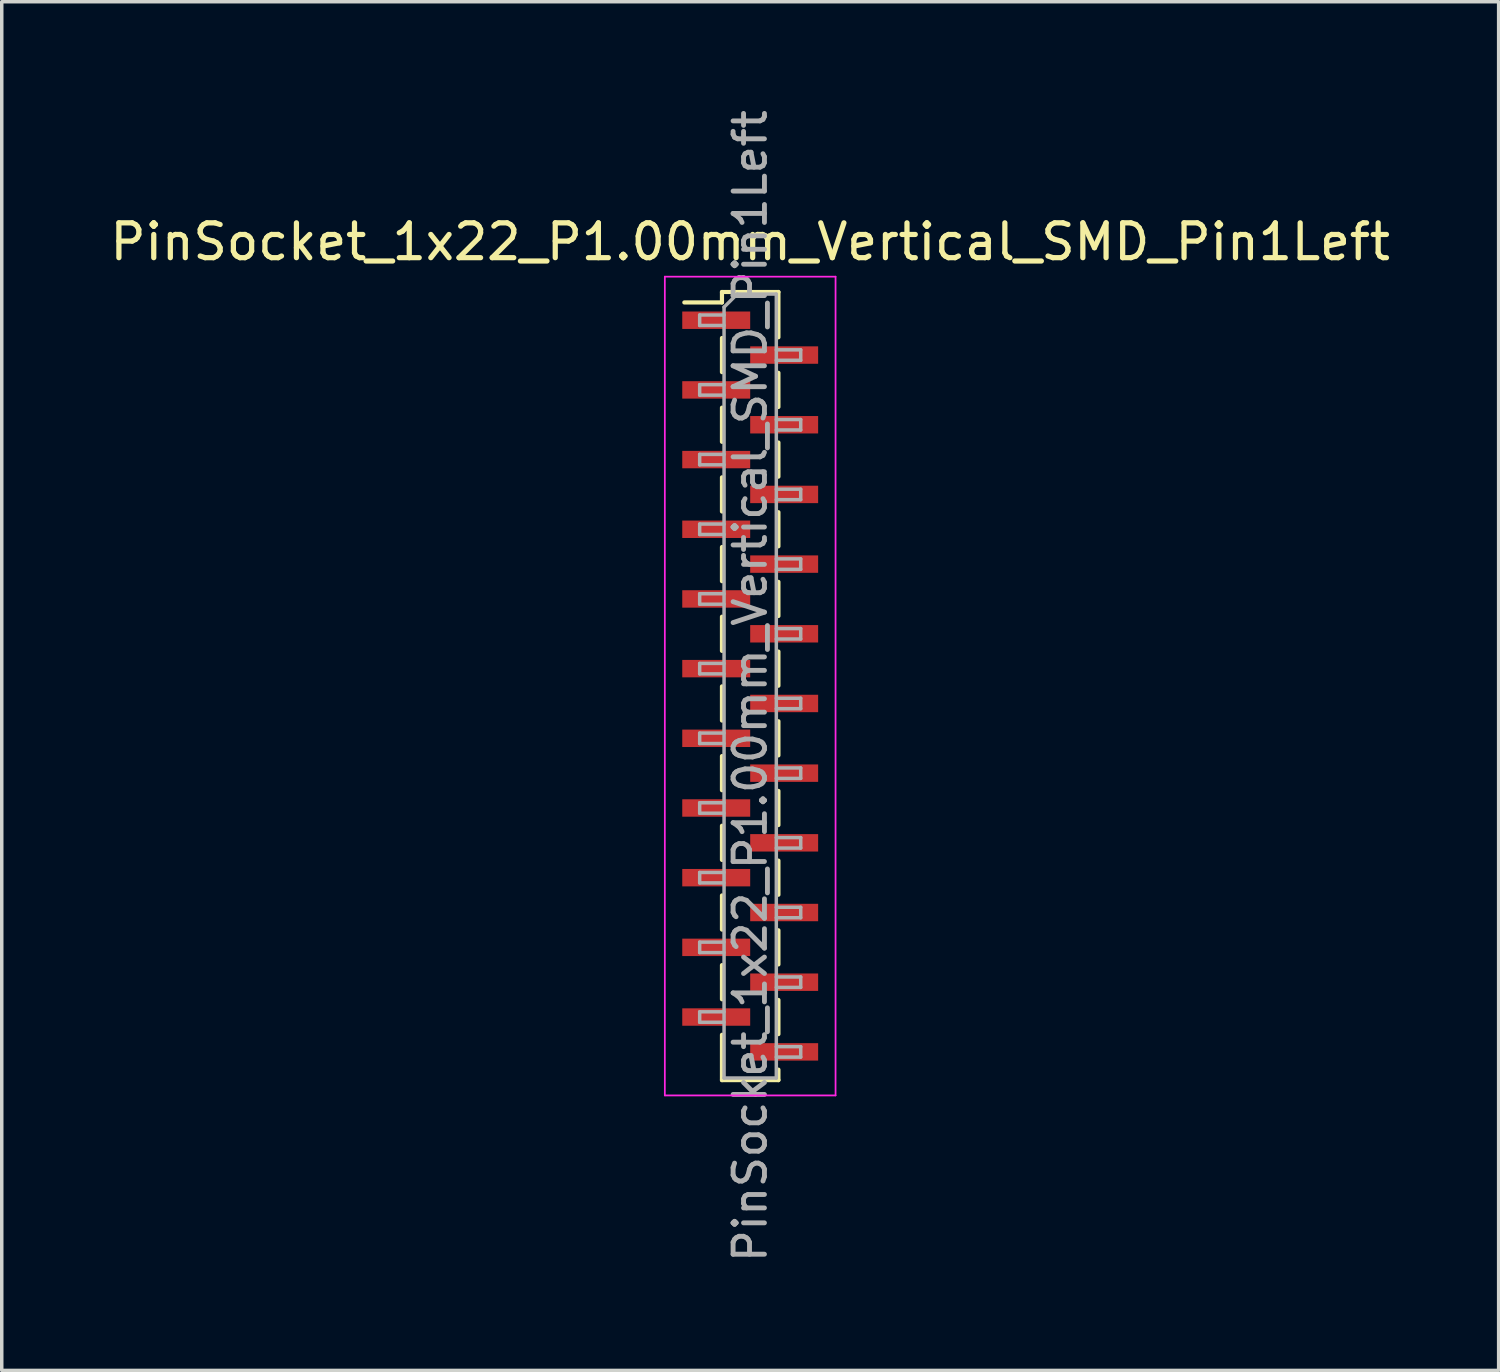
<source format=kicad_pcb>
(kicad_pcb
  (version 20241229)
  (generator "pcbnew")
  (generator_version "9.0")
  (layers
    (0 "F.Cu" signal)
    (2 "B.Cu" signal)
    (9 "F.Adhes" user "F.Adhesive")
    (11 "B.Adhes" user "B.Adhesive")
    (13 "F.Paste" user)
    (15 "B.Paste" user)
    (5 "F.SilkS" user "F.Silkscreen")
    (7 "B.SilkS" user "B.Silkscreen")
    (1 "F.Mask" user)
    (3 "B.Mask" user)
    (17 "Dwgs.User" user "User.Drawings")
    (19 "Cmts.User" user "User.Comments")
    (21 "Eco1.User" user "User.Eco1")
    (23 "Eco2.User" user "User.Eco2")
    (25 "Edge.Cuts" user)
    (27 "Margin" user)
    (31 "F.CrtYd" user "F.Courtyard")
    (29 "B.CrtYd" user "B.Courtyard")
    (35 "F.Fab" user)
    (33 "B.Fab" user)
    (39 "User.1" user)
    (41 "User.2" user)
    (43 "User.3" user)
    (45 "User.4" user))
  (footprint "PinSocket_1x22_P1.00mm_Vertical_SMD_Pin1Left"
    (layer "F.Cu")
    (at 18.482 16.641)
    (property "Reference" "PinSocket_1x22_P1.00mm_Vertical_SMD_Pin1Left" (at 0 -12.75 0) (layer "F.SilkS") (effects (font (size 1 1) (thickness 0.15))))
    (attr smd)
    (fp_line (start -1.89 -11.01) (end -0.81 -11.01) (stroke (width 0.12) (type solid)) (layer "F.SilkS"))
    (fp_line (start -0.81 -11.31) (end -0.81 -11.01) (stroke (width 0.12) (type solid)) (layer "F.SilkS"))
    (fp_line (start -0.81 -11.31) (end 0.81 -11.31) (stroke (width 0.12) (type solid)) (layer "F.SilkS"))
    (fp_line (start -0.81 -9.99) (end -0.81 -9.01) (stroke (width 0.12) (type solid)) (layer "F.SilkS"))
    (fp_line (start -0.81 -7.99) (end -0.81 -7.01) (stroke (width 0.12) (type solid)) (layer "F.SilkS"))
    (fp_line (start -0.81 -5.99) (end -0.81 -5.01) (stroke (width 0.12) (type solid)) (layer "F.SilkS"))
    (fp_line (start -0.81 -3.99) (end -0.81 -3.01) (stroke (width 0.12) (type solid)) (layer "F.SilkS"))
    (fp_line (start -0.81 -1.99) (end -0.81 -1.01) (stroke (width 0.12) (type solid)) (layer "F.SilkS"))
    (fp_line (start -0.81 0.01) (end -0.81 0.99) (stroke (width 0.12) (type solid)) (layer "F.SilkS"))
    (fp_line (start -0.81 2.01) (end -0.81 2.99) (stroke (width 0.12) (type solid)) (layer "F.SilkS"))
    (fp_line (start -0.81 4.01) (end -0.81 4.99) (stroke (width 0.12) (type solid)) (layer "F.SilkS"))
    (fp_line (start -0.81 6.01) (end -0.81 6.99) (stroke (width 0.12) (type solid)) (layer "F.SilkS"))
    (fp_line (start -0.81 8.01) (end -0.81 8.99) (stroke (width 0.12) (type solid)) (layer "F.SilkS"))
    (fp_line (start -0.81 10.01) (end -0.81 11.31) (stroke (width 0.12) (type solid)) (layer "F.SilkS"))
    (fp_line (start -0.81 11.31) (end 0.81 11.31) (stroke (width 0.12) (type solid)) (layer "F.SilkS"))
    (fp_line (start 0.81 -11.31) (end 0.81 -10.01) (stroke (width 0.12) (type solid)) (layer "F.SilkS"))
    (fp_line (start 0.81 -8.99) (end 0.81 -8.01) (stroke (width 0.12) (type solid)) (layer "F.SilkS"))
    (fp_line (start 0.81 -6.99) (end 0.81 -6.01) (stroke (width 0.12) (type solid)) (layer "F.SilkS"))
    (fp_line (start 0.81 -4.99) (end 0.81 -4.01) (stroke (width 0.12) (type solid)) (layer "F.SilkS"))
    (fp_line (start 0.81 -2.99) (end 0.81 -2.01) (stroke (width 0.12) (type solid)) (layer "F.SilkS"))
    (fp_line (start 0.81 -0.99) (end 0.81 -0.01) (stroke (width 0.12) (type solid)) (layer "F.SilkS"))
    (fp_line (start 0.81 1.01) (end 0.81 1.99) (stroke (width 0.12) (type solid)) (layer "F.SilkS"))
    (fp_line (start 0.81 3.01) (end 0.81 3.99) (stroke (width 0.12) (type solid)) (layer "F.SilkS"))
    (fp_line (start 0.81 5.01) (end 0.81 5.99) (stroke (width 0.12) (type solid)) (layer "F.SilkS"))
    (fp_line (start 0.81 7.01) (end 0.81 7.99) (stroke (width 0.12) (type solid)) (layer "F.SilkS"))
    (fp_line (start 0.81 9.01) (end 0.81 9.99) (stroke (width 0.12) (type solid)) (layer "F.SilkS"))
    (fp_line (start 0.81 11.01) (end 0.81 11.31) (stroke (width 0.12) (type solid)) (layer "F.SilkS"))
    (fp_line (start -2.45 -11.75) (end 2.45 -11.75) (stroke (width 0.05) (type solid)) (layer "F.CrtYd"))
    (fp_line (start -2.45 11.75) (end -2.45 -11.75) (stroke (width 0.05) (type solid)) (layer "F.CrtYd"))
    (fp_line (start 2.45 -11.75) (end 2.45 11.75) (stroke (width 0.05) (type solid)) (layer "F.CrtYd"))
    (fp_line (start 2.45 11.75) (end -2.45 11.75) (stroke (width 0.05) (type solid)) (layer "F.CrtYd"))
    (fp_line (start -1.45 -10.65) (end -0.75 -10.65) (stroke (width 0.1) (type solid)) (layer "F.Fab"))
    (fp_line (start -1.45 -10.35) (end -1.45 -10.65) (stroke (width 0.1) (type solid)) (layer "F.Fab"))
    (fp_line (start -1.45 -8.65) (end -0.75 -8.65) (stroke (width 0.1) (type solid)) (layer "F.Fab"))
    (fp_line (start -1.45 -8.35) (end -1.45 -8.65) (stroke (width 0.1) (type solid)) (layer "F.Fab"))
    (fp_line (start -1.45 -6.65) (end -0.75 -6.65) (stroke (width 0.1) (type solid)) (layer "F.Fab"))
    (fp_line (start -1.45 -6.35) (end -1.45 -6.65) (stroke (width 0.1) (type solid)) (layer "F.Fab"))
    (fp_line (start -1.45 -4.65) (end -0.75 -4.65) (stroke (width 0.1) (type solid)) (layer "F.Fab"))
    (fp_line (start -1.45 -4.35) (end -1.45 -4.65) (stroke (width 0.1) (type solid)) (layer "F.Fab"))
    (fp_line (start -1.45 -2.65) (end -0.75 -2.65) (stroke (width 0.1) (type solid)) (layer "F.Fab"))
    (fp_line (start -1.45 -2.35) (end -1.45 -2.65) (stroke (width 0.1) (type solid)) (layer "F.Fab"))
    (fp_line (start -1.45 -0.65) (end -0.75 -0.65) (stroke (width 0.1) (type solid)) (layer "F.Fab"))
    (fp_line (start -1.45 -0.35) (end -1.45 -0.65) (stroke (width 0.1) (type solid)) (layer "F.Fab"))
    (fp_line (start -1.45 1.35) (end -0.75 1.35) (stroke (width 0.1) (type solid)) (layer "F.Fab"))
    (fp_line (start -1.45 1.65) (end -1.45 1.35) (stroke (width 0.1) (type solid)) (layer "F.Fab"))
    (fp_line (start -1.45 3.35) (end -0.75 3.35) (stroke (width 0.1) (type solid)) (layer "F.Fab"))
    (fp_line (start -1.45 3.65) (end -1.45 3.35) (stroke (width 0.1) (type solid)) (layer "F.Fab"))
    (fp_line (start -1.45 5.35) (end -0.75 5.35) (stroke (width 0.1) (type solid)) (layer "F.Fab"))
    (fp_line (start -1.45 5.65) (end -1.45 5.35) (stroke (width 0.1) (type solid)) (layer "F.Fab"))
    (fp_line (start -1.45 7.35) (end -0.75 7.35) (stroke (width 0.1) (type solid)) (layer "F.Fab"))
    (fp_line (start -1.45 7.65) (end -1.45 7.35) (stroke (width 0.1) (type solid)) (layer "F.Fab"))
    (fp_line (start -1.45 9.35) (end -0.75 9.35) (stroke (width 0.1) (type solid)) (layer "F.Fab"))
    (fp_line (start -1.45 9.65) (end -1.45 9.35) (stroke (width 0.1) (type solid)) (layer "F.Fab"))
    (fp_line (start -0.75 -10.875) (end -0.375 -11.25) (stroke (width 0.1) (type solid)) (layer "F.Fab"))
    (fp_line (start -0.75 -10.35) (end -1.45 -10.35) (stroke (width 0.1) (type solid)) (layer "F.Fab"))
    (fp_line (start -0.75 -8.35) (end -1.45 -8.35) (stroke (width 0.1) (type solid)) (layer "F.Fab"))
    (fp_line (start -0.75 -6.35) (end -1.45 -6.35) (stroke (width 0.1) (type solid)) (layer "F.Fab"))
    (fp_line (start -0.75 -4.35) (end -1.45 -4.35) (stroke (width 0.1) (type solid)) (layer "F.Fab"))
    (fp_line (start -0.75 -2.35) (end -1.45 -2.35) (stroke (width 0.1) (type solid)) (layer "F.Fab"))
    (fp_line (start -0.75 -0.35) (end -1.45 -0.35) (stroke (width 0.1) (type solid)) (layer "F.Fab"))
    (fp_line (start -0.75 1.65) (end -1.45 1.65) (stroke (width 0.1) (type solid)) (layer "F.Fab"))
    (fp_line (start -0.75 3.65) (end -1.45 3.65) (stroke (width 0.1) (type solid)) (layer "F.Fab"))
    (fp_line (start -0.75 5.65) (end -1.45 5.65) (stroke (width 0.1) (type solid)) (layer "F.Fab"))
    (fp_line (start -0.75 7.65) (end -1.45 7.65) (stroke (width 0.1) (type solid)) (layer "F.Fab"))
    (fp_line (start -0.75 9.65) (end -1.45 9.65) (stroke (width 0.1) (type solid)) (layer "F.Fab"))
    (fp_line (start -0.75 11.25) (end -0.75 -10.875) (stroke (width 0.1) (type solid)) (layer "F.Fab"))
    (fp_line (start -0.375 -11.25) (end 0.75 -11.25) (stroke (width 0.1) (type solid)) (layer "F.Fab"))
    (fp_line (start 0.75 -11.25) (end 0.75 11.25) (stroke (width 0.1) (type solid)) (layer "F.Fab"))
    (fp_line (start 0.75 -9.65) (end 1.45 -9.65) (stroke (width 0.1) (type solid)) (layer "F.Fab"))
    (fp_line (start 0.75 -7.65) (end 1.45 -7.65) (stroke (width 0.1) (type solid)) (layer "F.Fab"))
    (fp_line (start 0.75 -5.65) (end 1.45 -5.65) (stroke (width 0.1) (type solid)) (layer "F.Fab"))
    (fp_line (start 0.75 -3.65) (end 1.45 -3.65) (stroke (width 0.1) (type solid)) (layer "F.Fab"))
    (fp_line (start 0.75 -1.65) (end 1.45 -1.65) (stroke (width 0.1) (type solid)) (layer "F.Fab"))
    (fp_line (start 0.75 0.35) (end 1.45 0.35) (stroke (width 0.1) (type solid)) (layer "F.Fab"))
    (fp_line (start 0.75 2.35) (end 1.45 2.35) (stroke (width 0.1) (type solid)) (layer "F.Fab"))
    (fp_line (start 0.75 4.35) (end 1.45 4.35) (stroke (width 0.1) (type solid)) (layer "F.Fab"))
    (fp_line (start 0.75 6.35) (end 1.45 6.35) (stroke (width 0.1) (type solid)) (layer "F.Fab"))
    (fp_line (start 0.75 8.35) (end 1.45 8.35) (stroke (width 0.1) (type solid)) (layer "F.Fab"))
    (fp_line (start 0.75 10.35) (end 1.45 10.35) (stroke (width 0.1) (type solid)) (layer "F.Fab"))
    (fp_line (start 0.75 11.25) (end -0.75 11.25) (stroke (width 0.1) (type solid)) (layer "F.Fab"))
    (fp_line (start 1.45 -9.65) (end 1.45 -9.35) (stroke (width 0.1) (type solid)) (layer "F.Fab"))
    (fp_line (start 1.45 -9.35) (end 0.75 -9.35) (stroke (width 0.1) (type solid)) (layer "F.Fab"))
    (fp_line (start 1.45 -7.65) (end 1.45 -7.35) (stroke (width 0.1) (type solid)) (layer "F.Fab"))
    (fp_line (start 1.45 -7.35) (end 0.75 -7.35) (stroke (width 0.1) (type solid)) (layer "F.Fab"))
    (fp_line (start 1.45 -5.65) (end 1.45 -5.35) (stroke (width 0.1) (type solid)) (layer "F.Fab"))
    (fp_line (start 1.45 -5.35) (end 0.75 -5.35) (stroke (width 0.1) (type solid)) (layer "F.Fab"))
    (fp_line (start 1.45 -3.65) (end 1.45 -3.35) (stroke (width 0.1) (type solid)) (layer "F.Fab"))
    (fp_line (start 1.45 -3.35) (end 0.75 -3.35) (stroke (width 0.1) (type solid)) (layer "F.Fab"))
    (fp_line (start 1.45 -1.65) (end 1.45 -1.35) (stroke (width 0.1) (type solid)) (layer "F.Fab"))
    (fp_line (start 1.45 -1.35) (end 0.75 -1.35) (stroke (width 0.1) (type solid)) (layer "F.Fab"))
    (fp_line (start 1.45 0.35) (end 1.45 0.65) (stroke (width 0.1) (type solid)) (layer "F.Fab"))
    (fp_line (start 1.45 0.65) (end 0.75 0.65) (stroke (width 0.1) (type solid)) (layer "F.Fab"))
    (fp_line (start 1.45 2.35) (end 1.45 2.65) (stroke (width 0.1) (type solid)) (layer "F.Fab"))
    (fp_line (start 1.45 2.65) (end 0.75 2.65) (stroke (width 0.1) (type solid)) (layer "F.Fab"))
    (fp_line (start 1.45 4.35) (end 1.45 4.65) (stroke (width 0.1) (type solid)) (layer "F.Fab"))
    (fp_line (start 1.45 4.65) (end 0.75 4.65) (stroke (width 0.1) (type solid)) (layer "F.Fab"))
    (fp_line (start 1.45 6.35) (end 1.45 6.65) (stroke (width 0.1) (type solid)) (layer "F.Fab"))
    (fp_line (start 1.45 6.65) (end 0.75 6.65) (stroke (width 0.1) (type solid)) (layer "F.Fab"))
    (fp_line (start 1.45 8.35) (end 1.45 8.65) (stroke (width 0.1) (type solid)) (layer "F.Fab"))
    (fp_line (start 1.45 8.65) (end 0.75 8.65) (stroke (width 0.1) (type solid)) (layer "F.Fab"))
    (fp_line (start 1.45 10.35) (end 1.45 10.65) (stroke (width 0.1) (type solid)) (layer "F.Fab"))
    (fp_line (start 1.45 10.65) (end 0.75 10.65) (stroke (width 0.1) (type solid)) (layer "F.Fab"))
    (fp_text user "${REFERENCE}" (at 0 0 90) (layer "F.Fab") (effects (font (size 0.9 0.9) (thickness 0.14))))
    (pad "1" smd rect (at -0.975 -10.5) (size 1.95 0.5) (layers "F.Cu" "F.Mask" "F.Paste"))
    (pad "2" smd rect (at 0.975 -9.5) (size 1.95 0.5) (layers "F.Cu" "F.Mask" "F.Paste"))
    (pad "3" smd rect (at -0.975 -8.5) (size 1.95 0.5) (layers "F.Cu" "F.Mask" "F.Paste"))
    (pad "4" smd rect (at 0.975 -7.5) (size 1.95 0.5) (layers "F.Cu" "F.Mask" "F.Paste"))
    (pad "5" smd rect (at -0.975 -6.5) (size 1.95 0.5) (layers "F.Cu" "F.Mask" "F.Paste"))
    (pad "6" smd rect (at 0.975 -5.5) (size 1.95 0.5) (layers "F.Cu" "F.Mask" "F.Paste"))
    (pad "7" smd rect (at -0.975 -4.5) (size 1.95 0.5) (layers "F.Cu" "F.Mask" "F.Paste"))
    (pad "8" smd rect (at 0.975 -3.5) (size 1.95 0.5) (layers "F.Cu" "F.Mask" "F.Paste"))
    (pad "9" smd rect (at -0.975 -2.5) (size 1.95 0.5) (layers "F.Cu" "F.Mask" "F.Paste"))
    (pad "10" smd rect (at 0.975 -1.5) (size 1.95 0.5) (layers "F.Cu" "F.Mask" "F.Paste"))
    (pad "11" smd rect (at -0.975 -0.5) (size 1.95 0.5) (layers "F.Cu" "F.Mask" "F.Paste"))
    (pad "12" smd rect (at 0.975 0.5) (size 1.95 0.5) (layers "F.Cu" "F.Mask" "F.Paste"))
    (pad "13" smd rect (at -0.975 1.5) (size 1.95 0.5) (layers "F.Cu" "F.Mask" "F.Paste"))
    (pad "14" smd rect (at 0.975 2.5) (size 1.95 0.5) (layers "F.Cu" "F.Mask" "F.Paste"))
    (pad "15" smd rect (at -0.975 3.5) (size 1.95 0.5) (layers "F.Cu" "F.Mask" "F.Paste"))
    (pad "16" smd rect (at 0.975 4.5) (size 1.95 0.5) (layers "F.Cu" "F.Mask" "F.Paste"))
    (pad "17" smd rect (at -0.975 5.5) (size 1.95 0.5) (layers "F.Cu" "F.Mask" "F.Paste"))
    (pad "18" smd rect (at 0.975 6.5) (size 1.95 0.5) (layers "F.Cu" "F.Mask" "F.Paste"))
    (pad "19" smd rect (at -0.975 7.5) (size 1.95 0.5) (layers "F.Cu" "F.Mask" "F.Paste"))
    (pad "20" smd rect (at 0.975 8.5) (size 1.95 0.5) (layers "F.Cu" "F.Mask" "F.Paste"))
    (pad "21" smd rect (at -0.975 9.5) (size 1.95 0.5) (layers "F.Cu" "F.Mask" "F.Paste"))
    (pad "22" smd rect (at 0.975 10.5) (size 1.95 0.5) (layers "F.Cu" "F.Mask" "F.Paste")))
  (gr_rect
    (start -3 -3)
    (end 39.964 36.283)
    (stroke (width 0.1) (type default))
    (fill no)
    (layer "Edge.Cuts")))
</source>
